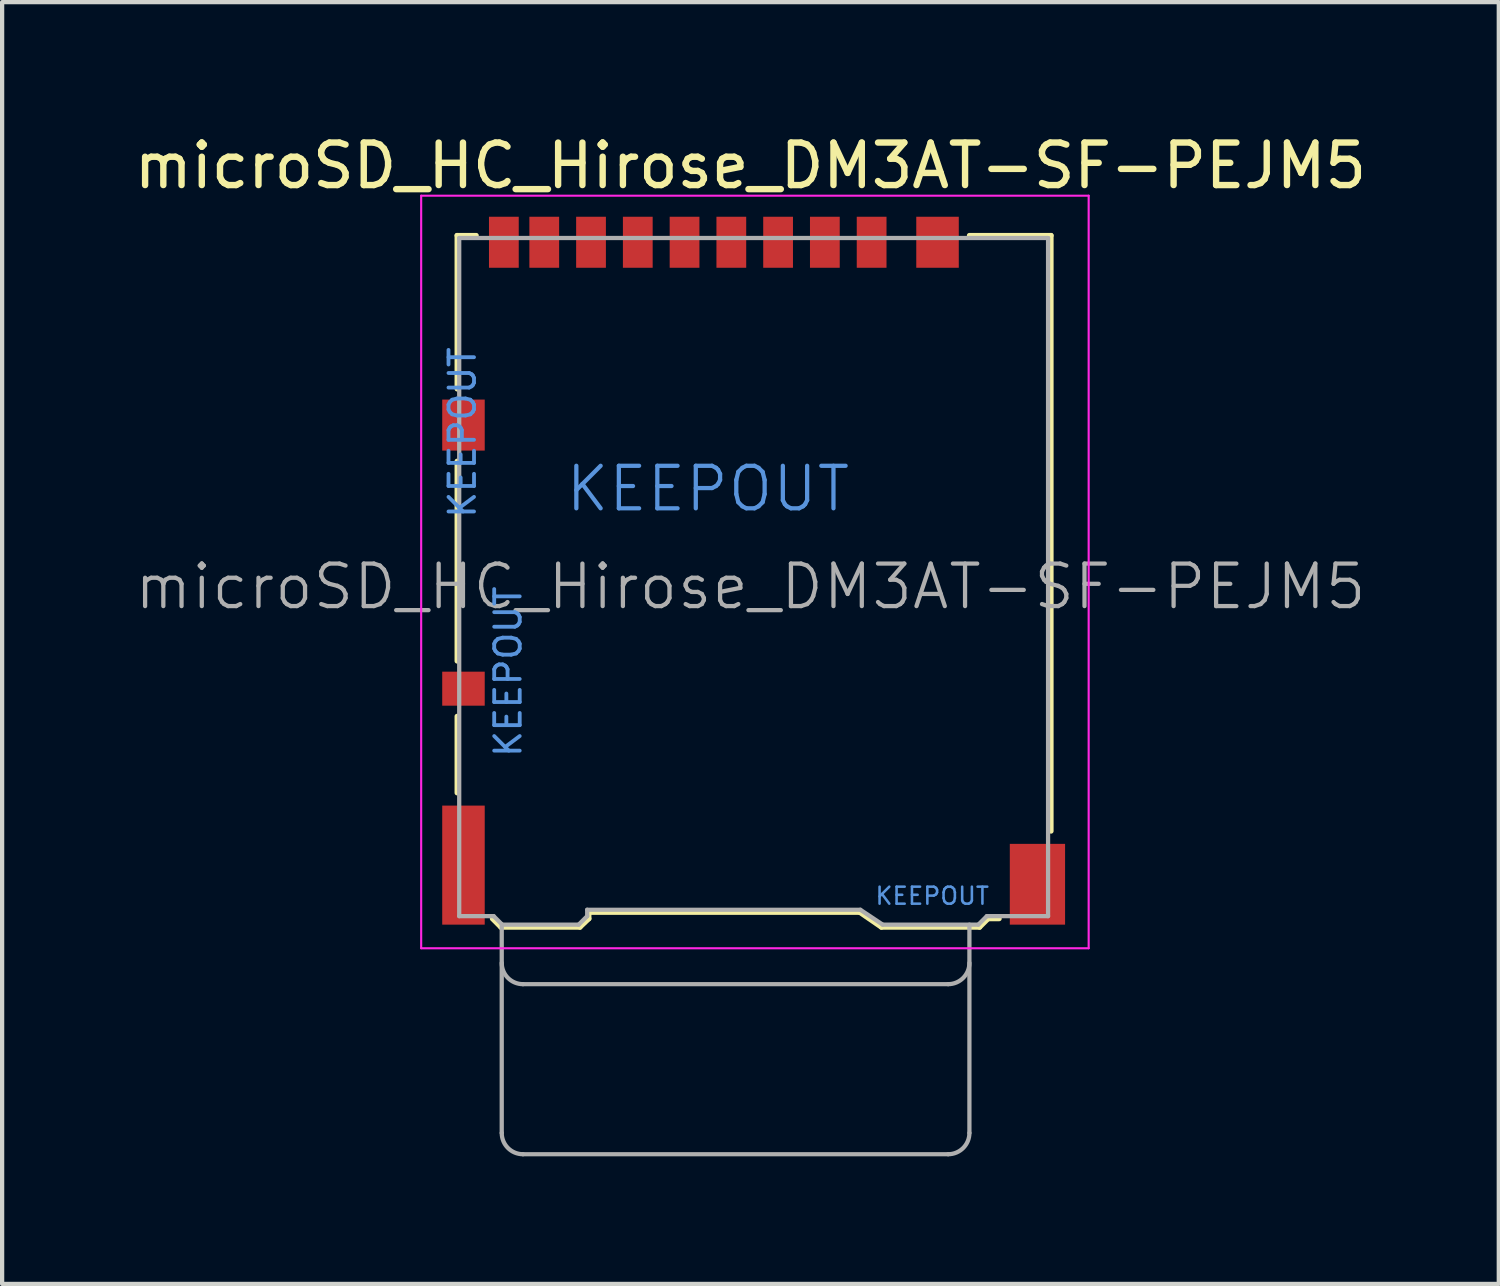
<source format=kicad_pcb>
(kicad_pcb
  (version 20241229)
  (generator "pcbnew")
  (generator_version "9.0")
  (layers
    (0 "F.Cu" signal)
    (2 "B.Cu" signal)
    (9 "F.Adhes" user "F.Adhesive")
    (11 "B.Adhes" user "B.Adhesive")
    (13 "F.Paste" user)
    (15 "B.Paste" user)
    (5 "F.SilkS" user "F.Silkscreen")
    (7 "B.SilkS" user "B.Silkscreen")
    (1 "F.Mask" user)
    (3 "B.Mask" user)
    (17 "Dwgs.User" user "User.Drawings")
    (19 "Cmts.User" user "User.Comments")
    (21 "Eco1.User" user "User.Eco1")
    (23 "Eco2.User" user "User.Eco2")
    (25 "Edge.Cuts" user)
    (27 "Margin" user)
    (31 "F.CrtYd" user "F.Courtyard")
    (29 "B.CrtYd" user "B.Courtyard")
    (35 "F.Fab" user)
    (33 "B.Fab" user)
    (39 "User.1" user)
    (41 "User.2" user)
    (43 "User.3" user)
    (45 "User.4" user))
  (footprint "microSD_HC_Hirose_DM3AT-SF-PEJM5"
    (layer "F.Cu")
    (at 14.676 10.373)
    (property "Reference" "microSD_HC_Hirose_DM3AT-SF-PEJM5" (at -0.075 -9.525 0) (layer "F.SilkS") (effects (font (size 1 1) (thickness 0.15))))
    (attr smd)
    (fp_line (start -6.975 -7.885) (end -6.975 -4.275) (stroke (width 0.12) (type solid)) (layer "F.SilkS"))
    (fp_line (start -6.975 -2.575) (end -6.975 2.125) (stroke (width 0.12) (type solid)) (layer "F.SilkS"))
    (fp_line (start -6.975 3.425) (end -6.975 5.225) (stroke (width 0.12) (type solid)) (layer "F.SilkS"))
    (fp_line (start -6.525 -7.885) (end -6.975 -7.885) (stroke (width 0.12) (type solid)) (layer "F.SilkS"))
    (fp_line (start -5.945 8.385) (end -6.145 8.185) (stroke (width 0.12) (type solid)) (layer "F.SilkS"))
    (fp_line (start -5.945 8.385) (end -4.085 8.385) (stroke (width 0.12) (type solid)) (layer "F.SilkS"))
    (fp_line (start -4.085 8.385) (end -3.875 8.185) (stroke (width 0.12) (type solid)) (layer "F.SilkS"))
    (fp_line (start -3.875 8.035) (end -3.875 8.185) (stroke (width 0.12) (type solid)) (layer "F.SilkS"))
    (fp_line (start -3.875 8.035) (end 2.495 8.035) (stroke (width 0.12) (type solid)) (layer "F.SilkS"))
    (fp_line (start 3.005 8.385) (end 2.495 8.035) (stroke (width 0.12) (type solid)) (layer "F.SilkS"))
    (fp_line (start 5.075 -7.885) (end 6.995 -7.885) (stroke (width 0.12) (type solid)) (layer "F.SilkS"))
    (fp_line (start 5.315 8.385) (end 3.005 8.385) (stroke (width 0.12) (type solid)) (layer "F.SilkS"))
    (fp_line (start 5.315 8.385) (end 5.515 8.185) (stroke (width 0.12) (type solid)) (layer "F.SilkS"))
    (fp_line (start 5.515 8.185) (end 5.775 8.185) (stroke (width 0.12) (type solid)) (layer "F.SilkS"))
    (fp_line (start 6.995 -7.885) (end 6.995 6.125) (stroke (width 0.12) (type solid)) (layer "F.SilkS"))
    (fp_line (start -7.82 -8.82) (end 7.88 -8.82) (stroke (width 0.05) (type solid)) (layer "F.CrtYd"))
    (fp_line (start -7.82 8.88) (end -7.82 -8.82) (stroke (width 0.05) (type solid)) (layer "F.CrtYd"))
    (fp_line (start 7.88 -8.82) (end 7.88 8.88) (stroke (width 0.05) (type solid)) (layer "F.CrtYd"))
    (fp_line (start 7.88 8.88) (end -7.82 8.88) (stroke (width 0.05) (type solid)) (layer "F.CrtYd"))
    (fp_line (start -6.925 8.125) (end -6.925 -7.825) (stroke (width 0.1) (type solid)) (layer "F.Fab"))
    (fp_line (start -6.115 8.125) (end -6.925 8.125) (stroke (width 0.1) (type solid)) (layer "F.Fab"))
    (fp_line (start -5.925 8.325) (end -5.925 13.225) (stroke (width 0.1) (type solid)) (layer "F.Fab"))
    (fp_line (start -5.915 8.325) (end -6.115 8.125) (stroke (width 0.1) (type solid)) (layer "F.Fab"))
    (fp_line (start -5.425 9.725) (end 4.575 9.725) (stroke (width 0.1) (type solid)) (layer "F.Fab"))
    (fp_line (start -5.425 13.725) (end 4.575 13.725) (stroke (width 0.1) (type solid)) (layer "F.Fab"))
    (fp_line (start -4.115 8.325) (end -5.915 8.325) (stroke (width 0.1) (type solid)) (layer "F.Fab"))
    (fp_line (start -3.915 8.125) (end -4.115 8.325) (stroke (width 0.1) (type solid)) (layer "F.Fab"))
    (fp_line (start -3.915 8.125) (end -3.915 7.975) (stroke (width 0.1) (type solid)) (layer "F.Fab"))
    (fp_line (start 2.51 7.975) (end -3.915 7.975) (stroke (width 0.1) (type solid)) (layer "F.Fab"))
    (fp_line (start 3.035 8.325) (end 2.51 7.975) (stroke (width 0.1) (type solid)) (layer "F.Fab"))
    (fp_line (start 5.075 13.225) (end 5.075 8.325) (stroke (width 0.1) (type solid)) (layer "F.Fab"))
    (fp_line (start 5.285 8.325) (end 3.035 8.325) (stroke (width 0.1) (type solid)) (layer "F.Fab"))
    (fp_line (start 5.285 8.325) (end 5.485 8.125) (stroke (width 0.1) (type solid)) (layer "F.Fab"))
    (fp_line (start 5.485 8.125) (end 6.925 8.125) (stroke (width 0.1) (type solid)) (layer "F.Fab"))
    (fp_line (start 6.925 -7.825) (end -6.925 -7.825) (stroke (width 0.1) (type solid)) (layer "F.Fab"))
    (fp_line (start 6.925 8.125) (end 6.925 -7.825) (stroke (width 0.1) (type solid)) (layer "F.Fab"))
    (fp_arc (start -5.425 9.725) (mid -5.778553 9.578553) (end -5.925 9.225) (stroke (width 0.1) (type solid)) (layer "F.Fab"))
    (fp_arc (start -5.425 13.725) (mid -5.778553 13.578553) (end -5.925 13.225) (stroke (width 0.1) (type solid)) (layer "F.Fab"))
    (fp_arc (start 5.075 9.225) (mid 4.928553 9.578553) (end 4.575 9.725) (stroke (width 0.1) (type solid)) (layer "F.Fab"))
    (fp_arc (start 5.075 13.225) (mid 4.928553 13.578553) (end 4.575 13.725) (stroke (width 0.1) (type solid)) (layer "F.Fab"))
    (fp_text user "KEEPOUT" (at -6.85 -3.25 90) (layer "Cmts.User") (effects (font (size 0.6 0.6) (thickness 0.09))))
    (fp_text user "KEEPOUT" (at 4.2 7.65 0) (layer "Cmts.User") (effects (font (size 0.4 0.4) (thickness 0.06))))
    (fp_text user "KEEPOUT" (at -5.775 2.375 90) (layer "Cmts.User") (effects (font (size 0.6 0.6) (thickness 0.09))))
    (fp_text user "KEEPOUT" (at -1.075 -1.925 0) (layer "Cmts.User") (effects (font (size 1 1) (thickness 0.1))))
    (fp_text user "${REFERENCE}" (at -0.075 0.375 0) (layer "F.Fab") (effects (font (size 1 1) (thickness 0.1))))
    (pad "1" smd rect (at 2.775 -7.725) (size 0.7 1.2) (layers "F.Cu" "F.Mask" "F.Paste"))
    (pad "2" smd rect (at 1.675 -7.725) (size 0.7 1.2) (layers "F.Cu" "F.Mask" "F.Paste"))
    (pad "3" smd rect (at 0.575 -7.725) (size 0.7 1.2) (layers "F.Cu" "F.Mask" "F.Paste"))
    (pad "4" smd rect (at -0.525 -7.725) (size 0.7 1.2) (layers "F.Cu" "F.Mask" "F.Paste"))
    (pad "5" smd rect (at -1.625 -7.725) (size 0.7 1.2) (layers "F.Cu" "F.Mask" "F.Paste"))
    (pad "6" smd rect (at -2.725 -7.725) (size 0.7 1.2) (layers "F.Cu" "F.Mask" "F.Paste"))
    (pad "7" smd rect (at -3.825 -7.725) (size 0.7 1.2) (layers "F.Cu" "F.Mask" "F.Paste"))
    (pad "8" smd rect (at -4.925 -7.725) (size 0.7 1.2) (layers "F.Cu" "F.Mask" "F.Paste"))
    (pad "9" smd rect (at -5.875 -7.725) (size 0.7 1.2) (layers "F.Cu" "F.Mask" "F.Paste"))
    (pad "10" smd rect (at -6.825 2.775) (size 1 0.8) (layers "F.Cu" "F.Mask" "F.Paste"))
    (pad "11" smd rect (at -6.825 -3.425) (size 1 1.2) (layers "F.Cu" "F.Mask" "F.Paste"))
    (pad "11" smd rect (at -6.825 6.925) (size 1 2.8) (layers "F.Cu" "F.Mask" "F.Paste"))
    (pad "11" smd rect (at 4.325 -7.725) (size 1 1.2) (layers "F.Cu" "F.Mask" "F.Paste"))
    (pad "11" smd rect (at 6.675 7.375) (size 1.3 1.9) (layers "F.Cu" "F.Mask" "F.Paste"))
    (zone (net_name "") (layer "F.Cu") (hatch full 0.508) (connect_pads) (min_thickness 0.254) (filled_areas_thickness no) (keepout (tracks not_allowed) (vias not_allowed) (pads not_allowed) (copperpour not_allowed) (footprints not_allowed)) (placement (enabled no)) (fill) (polygon (pts (xy 8.201 6.348) (xy 7.451 6.348) (xy 7.451 3.098) (xy 8.201 3.098))))
    (zone (net_name "") (layer "F.Cu") (hatch full 0.508) (connect_pads) (min_thickness 0.254) (filled_areas_thickness no) (keepout (tracks not_allowed) (vias not_allowed) (pads not_allowed) (copperpour not_allowed) (footprints not_allowed)) (placement (enabled no)) (fill) (polygon (pts (xy 8.201 11.148) (xy 7.451 11.148) (xy 7.451 7.548) (xy 8.201 7.548))))
    (zone (net_name "") (layer "F.Cu") (hatch full 0.508) (connect_pads) (min_thickness 0.254) (filled_areas_thickness no) (keepout (tracks not_allowed) (vias not_allowed) (pads not_allowed) (copperpour not_allowed) (footprints not_allowed)) (placement (enabled no)) (fill) (polygon (pts (xy 8.551 8.948) (xy 9.251 8.948) (xy 9.251 16.548) (xy 8.551 16.548))))
    (zone (net_name "") (layer "F.Cu") (hatch full 0.508) (connect_pads) (min_thickness 0.254) (filled_areas_thickness no) (keepout (tracks not_allowed) (vias not_allowed) (pads not_allowed) (copperpour not_allowed) (footprints not_allowed)) (placement (enabled no)) (fill) (polygon (pts (xy 17.601 17.348) (xy 20.151 17.348) (xy 20.151 18.698) (xy 17.601 18.698))))
    (zone (net_name "") (layer "F.Cu") (hatch full 0.508) (connect_pads) (min_thickness 0.254) (filled_areas_thickness no) (keepout (tracks not_allowed) (vias not_allowed) (pads not_allowed) (copperpour not_allowed) (footprints not_allowed)) (placement (enabled no)) (fill) (polygon (pts (xy 17.951 9.248) (xy 9.251 9.248) (xy 9.251 7.648) (xy 17.951 7.648)))))
  (gr_rect
    (start -3 -3)
    (end 32.202 27.148)
    (stroke (width 0.1) (type default))
    (fill no)
    (layer "Edge.Cuts")))
</source>
